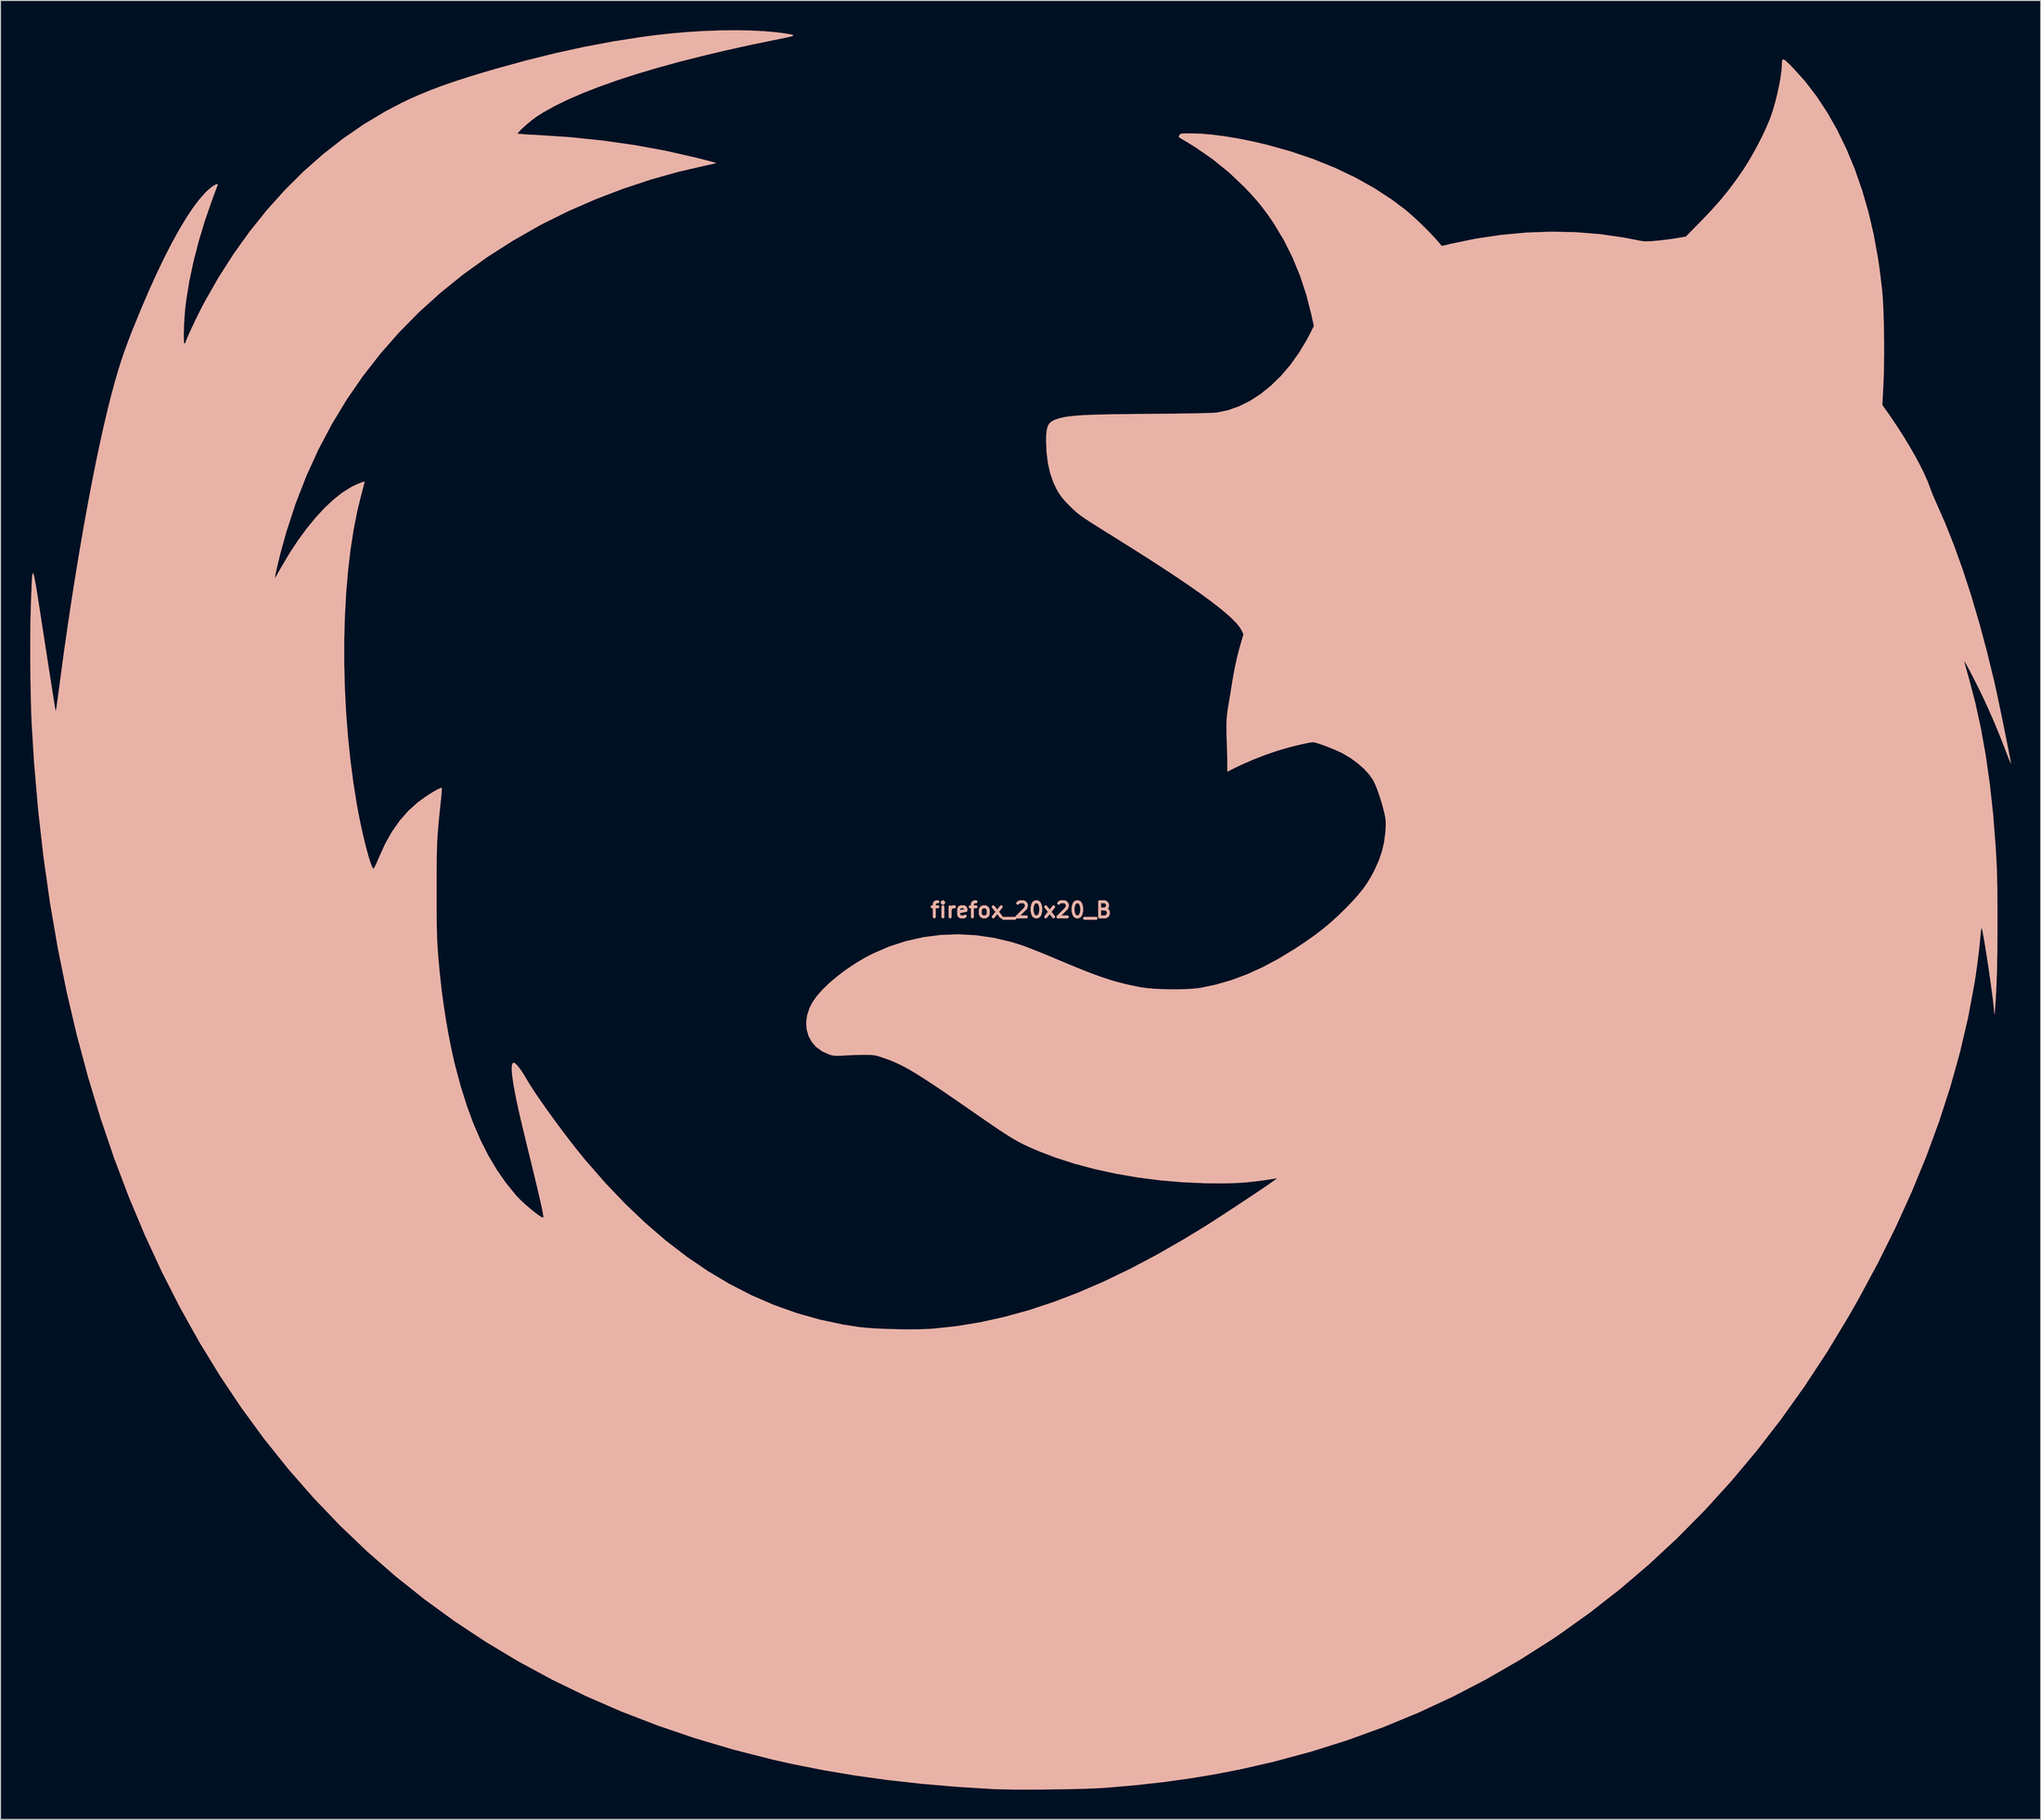
<source format=kicad_pcb>
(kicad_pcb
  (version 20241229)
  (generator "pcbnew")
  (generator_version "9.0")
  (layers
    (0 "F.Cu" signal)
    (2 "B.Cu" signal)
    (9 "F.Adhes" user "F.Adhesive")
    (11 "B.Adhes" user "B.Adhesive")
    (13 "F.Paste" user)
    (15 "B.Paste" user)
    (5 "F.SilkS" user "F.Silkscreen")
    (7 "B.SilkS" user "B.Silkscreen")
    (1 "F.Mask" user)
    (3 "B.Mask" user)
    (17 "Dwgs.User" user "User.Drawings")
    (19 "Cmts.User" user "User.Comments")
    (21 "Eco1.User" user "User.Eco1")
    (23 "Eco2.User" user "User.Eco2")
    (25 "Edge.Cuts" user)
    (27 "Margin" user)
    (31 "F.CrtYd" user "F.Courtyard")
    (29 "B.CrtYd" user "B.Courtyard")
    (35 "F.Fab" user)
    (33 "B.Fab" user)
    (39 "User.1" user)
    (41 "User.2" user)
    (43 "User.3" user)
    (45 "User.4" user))
  (footprint "firefox_20x20_B"
    (layer "F.Cu")
    (at 99.978 88.814)
    (property "Reference" "firefox_20x20_B" (at 0 0 0) (layer "B.SilkS") (effects (font (size 1.524 1.524) (thickness 0.3))))
    (attr through_hole)
    (fp_poly (pts (xy -27.206 -88.78) (xy -25.817 -88.706) (xy -24.556 -88.588) (xy -23.978 -88.512) (xy -23.515 -88.442) (xy -23.19 -88.383) (xy -23.008 -88.33) (xy -22.973 -88.276) (xy -23.088 -88.215) (xy -23.358 -88.142) (xy -23.786 -88.049) (xy -24.35 -87.935) (xy -27.082 -87.375) (xy -29.693 -86.799) (xy -32.178 -86.21) (xy -34.533 -85.609) (xy -36.754 -84.997) (xy -38.838 -84.375) (xy -40.779 -83.745) (xy -42.575 -83.107) (xy -44.22 -82.464) (xy -45.71 -81.817) (xy -47.042 -81.167) (xy -48.211 -80.514) (xy -48.844 -80.116) (xy -49.122 -79.917) (xy -49.44 -79.67) (xy -49.772 -79.395) (xy -50.094 -79.115) (xy -50.382 -78.85) (xy -50.612 -78.624) (xy -50.759 -78.457) (xy -50.798 -78.372) (xy -50.796 -78.37) (xy -50.704 -78.355) (xy -50.468 -78.334) (xy -50.111 -78.308) (xy -49.658 -78.28) (xy -49.134 -78.251) (xy -48.853 -78.237) (xy -45.439 -78.009) (xy -42.139 -77.667) (xy -38.939 -77.21) (xy -35.824 -76.637) (xy -32.78 -75.943) (xy -32.433 -75.856) (xy -31.931 -75.727) (xy -31.489 -75.611) (xy -31.13 -75.515) (xy -30.881 -75.446) (xy -30.766 -75.411) (xy -30.761 -75.409) (xy -30.829 -75.383) (xy -31.034 -75.331) (xy -31.346 -75.26) (xy -31.736 -75.176) (xy -31.856 -75.152) (xy -34.619 -74.511) (xy -37.405 -73.724) (xy -40.181 -72.801) (xy -42.915 -71.755) (xy -45.574 -70.598) (xy -48.126 -69.341) (xy -48.602 -69.088) (xy -51.289 -67.557) (xy -53.846 -65.918) (xy -56.274 -64.172) (xy -58.57 -62.32) (xy -60.734 -60.363) (xy -62.765 -58.303) (xy -64.663 -56.14) (xy -66.425 -53.876) (xy -68.052 -51.513) (xy -69.541 -49.051) (xy -70.893 -46.492) (xy -72.106 -43.836) (xy -73.179 -41.086) (xy -74.111 -38.241) (xy -74.669 -36.237) (xy -74.837 -35.577) (xy -74.983 -34.98) (xy -75.105 -34.463) (xy -75.197 -34.042) (xy -75.257 -33.733) (xy -75.281 -33.554) (xy -75.266 -33.519) (xy -75.259 -33.528) (xy -75.191 -33.645) (xy -75.056 -33.879) (xy -74.873 -34.2) (xy -74.659 -34.577) (xy -74.582 -34.713) (xy -73.768 -36.08) (xy -72.92 -37.362) (xy -72.047 -38.547) (xy -71.161 -39.627) (xy -70.27 -40.588) (xy -69.385 -41.42) (xy -68.514 -42.112) (xy -67.669 -42.653) (xy -67.441 -42.774) (xy -67.112 -42.932) (xy -66.79 -43.073) (xy -66.512 -43.18) (xy -66.316 -43.24) (xy -66.243 -43.242) (xy -66.256 -43.156) (xy -66.307 -42.936) (xy -66.389 -42.611) (xy -66.495 -42.21) (xy -66.554 -41.996) (xy -66.985 -40.238) (xy -67.355 -38.338) (xy -67.665 -36.313) (xy -67.913 -34.178) (xy -68.1 -31.951) (xy -68.226 -29.648) (xy -68.289 -27.285) (xy -68.29 -24.878) (xy -68.229 -22.443) (xy -68.106 -19.998) (xy -67.919 -17.558) (xy -67.67 -15.14) (xy -67.357 -12.76) (xy -67.007 -10.583) (xy -66.861 -9.791) (xy -66.701 -8.991) (xy -66.532 -8.198) (xy -66.357 -7.431) (xy -66.182 -6.705) (xy -66.01 -6.039) (xy -65.846 -5.448) (xy -65.695 -4.949) (xy -65.56 -4.56) (xy -65.447 -4.297) (xy -65.359 -4.177) (xy -65.333 -4.172) (xy -65.267 -4.258) (xy -65.154 -4.473) (xy -65.008 -4.785) (xy -64.845 -5.164) (xy -64.804 -5.265) (xy -64.17 -6.664) (xy -63.467 -7.915) (xy -62.687 -9.025) (xy -61.824 -10.006) (xy -60.872 -10.864) (xy -60.095 -11.433) (xy -59.648 -11.723) (xy -59.24 -11.971) (xy -58.894 -12.164) (xy -58.631 -12.291) (xy -58.475 -12.338) (xy -58.447 -12.331) (xy -58.442 -12.238) (xy -58.455 -12.003) (xy -58.483 -11.653) (xy -58.524 -11.214) (xy -58.575 -10.712) (xy -58.582 -10.654) (xy -58.664 -9.874) (xy -58.735 -9.183) (xy -58.793 -8.556) (xy -58.841 -7.97) (xy -58.88 -7.402) (xy -58.91 -6.829) (xy -58.933 -6.227) (xy -58.949 -5.574) (xy -58.96 -4.846) (xy -58.966 -4.019) (xy -58.969 -3.071) (xy -58.97 -1.979) (xy -58.97 -1.905) (xy -58.969 -0.813) (xy -58.966 0.132) (xy -58.96 0.956) (xy -58.95 1.681) (xy -58.935 2.332) (xy -58.914 2.931) (xy -58.886 3.503) (xy -58.85 4.07) (xy -58.805 4.658) (xy -58.751 5.288) (xy -58.686 5.986) (xy -58.626 6.604) (xy -58.462 8.077) (xy -58.255 9.609) (xy -58.015 11.158) (xy -57.746 12.679) (xy -57.458 14.127) (xy -57.158 15.459) (xy -57.097 15.706) (xy -56.532 17.809) (xy -55.919 19.759) (xy -55.254 21.563) (xy -54.534 23.231) (xy -53.754 24.773) (xy -52.908 26.198) (xy -51.994 27.516) (xy -51.005 28.735) (xy -50.937 28.813) (xy -50.652 29.115) (xy -50.312 29.446) (xy -49.939 29.786) (xy -49.553 30.119) (xy -49.177 30.427) (xy -48.833 30.691) (xy -48.543 30.895) (xy -48.328 31.02) (xy -48.21 31.048) (xy -48.202 31.043) (xy -48.192 30.969) (xy -48.211 30.791) (xy -48.26 30.502) (xy -48.342 30.096) (xy -48.457 29.565) (xy -48.608 28.903) (xy -48.795 28.103) (xy -49.02 27.159) (xy -49.285 26.062) (xy -49.527 25.071) (xy -49.819 23.874) (xy -50.072 22.826) (xy -50.292 21.911) (xy -50.48 21.113) (xy -50.641 20.416) (xy -50.778 19.805) (xy -50.894 19.264) (xy -50.994 18.777) (xy -51.08 18.329) (xy -51.156 17.904) (xy -51.22 17.526) (xy -51.325 16.807) (xy -51.381 16.244) (xy -51.387 15.83) (xy -51.342 15.56) (xy -51.248 15.427) (xy -51.179 15.409) (xy -51.038 15.48) (xy -50.838 15.675) (xy -50.597 15.971) (xy -50.335 16.341) (xy -50.072 16.763) (xy -49.991 16.904) (xy -49.674 17.439) (xy -49.263 18.083) (xy -48.773 18.817) (xy -48.219 19.619) (xy -47.615 20.47) (xy -46.977 21.348) (xy -46.32 22.233) (xy -45.658 23.106) (xy -45.006 23.944) (xy -44.378 24.729) (xy -43.95 25.248) (xy -41.964 27.527) (xy -39.95 29.639) (xy -37.908 31.586) (xy -35.835 33.369) (xy -33.73 34.988) (xy -31.59 36.446) (xy -29.415 37.742) (xy -27.203 38.878) (xy -24.951 39.856) (xy -22.659 40.675) (xy -20.324 41.337) (xy -17.944 41.844) (xy -16.395 42.087) (xy -15.783 42.155) (xy -15.037 42.212) (xy -14.192 42.259) (xy -13.283 42.294) (xy -12.345 42.317) (xy -11.413 42.326) (xy -10.522 42.322) (xy -9.706 42.303) (xy -9.001 42.268) (xy -8.838 42.256) (xy -6.469 42.001) (xy -4.076 41.607) (xy -1.656 41.071) (xy 0.797 40.393) (xy 3.287 39.57) (xy 5.818 38.601) (xy 8.395 37.484) (xy 11.022 36.217) (xy 13.703 34.8) (xy 16.443 33.229) (xy 18.493 31.979) (xy 18.953 31.688) (xy 19.5 31.338) (xy 20.116 30.939) (xy 20.779 30.507) (xy 21.47 30.053) (xy 22.169 29.593) (xy 22.855 29.138) (xy 23.508 28.703) (xy 24.108 28.3) (xy 24.635 27.944) (xy 25.068 27.647) (xy 25.388 27.422) (xy 25.485 27.352) (xy 25.866 27.071) (xy 25.527 27.125) (xy 24.514 27.279) (xy 23.597 27.398) (xy 22.732 27.487) (xy 21.879 27.547) (xy 20.997 27.581) (xy 20.042 27.592) (xy 18.975 27.582) (xy 18.584 27.575) (xy 16.305 27.477) (xy 14.034 27.282) (xy 11.791 26.993) (xy 9.594 26.615) (xy 7.465 26.151) (xy 5.421 25.606) (xy 3.482 24.983) (xy 1.668 24.287) (xy 0.665 23.844) (xy 0.303 23.671) (xy -0.047 23.495) (xy -0.4 23.305) (xy -0.771 23.092) (xy -1.177 22.845) (xy -1.633 22.554) (xy -2.156 22.21) (xy -2.761 21.803) (xy -3.464 21.322) (xy -4.28 20.758) (xy -4.743 20.437) (xy -5.914 19.625) (xy -6.958 18.905) (xy -7.888 18.27) (xy -8.714 17.714) (xy -9.449 17.229) (xy -10.102 16.809) (xy -10.687 16.446) (xy -11.213 16.135) (xy -11.693 15.867) (xy -12.137 15.637) (xy -12.558 15.437) (xy -12.966 15.26) (xy -13.372 15.1) (xy -13.789 14.95) (xy -13.873 14.921) (xy -14.257 14.793) (xy -14.557 14.706) (xy -14.826 14.653) (xy -15.117 14.626) (xy -15.481 14.616) (xy -15.875 14.616) (xy -16.408 14.624) (xy -16.992 14.64) (xy -17.547 14.664) (xy -17.907 14.685) (xy -18.339 14.711) (xy -18.653 14.716) (xy -18.9 14.695) (xy -19.132 14.645) (xy -19.382 14.566) (xy -20.078 14.251) (xy -20.656 13.826) (xy -21.108 13.309) (xy -21.432 12.715) (xy -21.621 12.06) (xy -21.671 11.36) (xy -21.576 10.63) (xy -21.333 9.887) (xy -21.024 9.29) (xy -20.59 8.676) (xy -20.017 8.027) (xy -19.326 7.36) (xy -18.538 6.691) (xy -17.676 6.039) (xy -16.76 5.421) (xy -15.812 4.853) (xy -14.944 4.398) (xy -13.297 3.687) (xy -11.604 3.137) (xy -9.872 2.747) (xy -8.112 2.518) (xy -6.332 2.451) (xy -4.543 2.546) (xy -2.754 2.804) (xy -0.974 3.225) (xy -0.024 3.519) (xy 0.356 3.654) (xy 0.858 3.844) (xy 1.448 4.074) (xy 2.093 4.333) (xy 2.759 4.606) (xy 3.405 4.877) (xy 4.588 5.376) (xy 5.639 5.809) (xy 6.575 6.184) (xy 7.418 6.505) (xy 8.187 6.781) (xy 8.902 7.017) (xy 9.582 7.22) (xy 10.248 7.398) (xy 10.919 7.556) (xy 11.615 7.701) (xy 12.15 7.802) (xy 12.709 7.881) (xy 13.394 7.942) (xy 14.164 7.982) (xy 14.981 8.003) (xy 15.805 8.004) (xy 16.597 7.984) (xy 17.317 7.944) (xy 17.927 7.883) (xy 18.161 7.847) (xy 19.723 7.516) (xy 21.271 7.064) (xy 22.819 6.486) (xy 24.383 5.776) (xy 25.976 4.927) (xy 27.613 3.933) (xy 28.66 3.239) (xy 29.597 2.578) (xy 30.43 1.946) (xy 31.207 1.301) (xy 31.976 0.603) (xy 32.725 -0.126) (xy 33.434 -0.856) (xy 34.028 -1.516) (xy 34.528 -2.138) (xy 34.958 -2.749) (xy 35.34 -3.381) (xy 35.676 -4.022) (xy 36.118 -5.003) (xy 36.439 -5.933) (xy 36.654 -6.863) (xy 36.778 -7.845) (xy 36.802 -8.213) (xy 36.819 -8.648) (xy 36.811 -8.998) (xy 36.772 -9.33) (xy 36.696 -9.711) (xy 36.62 -10.026) (xy 36.429 -10.739) (xy 36.215 -11.436) (xy 35.992 -12.08) (xy 35.772 -12.634) (xy 35.567 -13.064) (xy 35.539 -13.115) (xy 35.147 -13.682) (xy 34.619 -14.258) (xy 33.985 -14.818) (xy 33.277 -15.336) (xy 32.523 -15.785) (xy 32.357 -15.871) (xy 31.977 -16.05) (xy 31.537 -16.24) (xy 31.069 -16.43) (xy 30.605 -16.607) (xy 30.179 -16.758) (xy 29.823 -16.871) (xy 29.571 -16.935) (xy 29.487 -16.944) (xy 29.227 -16.917) (xy 28.837 -16.846) (xy 28.348 -16.741) (xy 27.791 -16.609) (xy 27.198 -16.457) (xy 26.6 -16.293) (xy 26.029 -16.124) (xy 25.648 -16.004) (xy 24.561 -15.623) (xy 23.459 -15.193) (xy 22.405 -14.739) (xy 21.576 -14.344) (xy 20.828 -13.968) (xy 20.826 -14.795) (xy 20.822 -15.197) (xy 20.812 -15.707) (xy 20.798 -16.264) (xy 20.78 -16.807) (xy 20.777 -16.891) (xy 20.751 -17.666) (xy 20.74 -18.306) (xy 20.743 -18.844) (xy 20.764 -19.314) (xy 20.802 -19.75) (xy 20.859 -20.185) (xy 20.918 -20.547) (xy 20.999 -21.021) (xy 21.094 -21.593) (xy 21.193 -22.196) (xy 21.284 -22.76) (xy 21.293 -22.818) (xy 21.453 -23.775) (xy 21.615 -24.621) (xy 21.791 -25.414) (xy 21.994 -26.211) (xy 22.15 -26.771) (xy 22.457 -27.845) (xy 22.264 -28.243) (xy 22.049 -28.593) (xy 21.714 -28.999) (xy 21.258 -29.461) (xy 20.678 -29.982) (xy 19.97 -30.564) (xy 19.132 -31.209) (xy 18.163 -31.919) (xy 17.058 -32.695) (xy 15.816 -33.54) (xy 14.434 -34.456) (xy 12.909 -35.443) (xy 11.239 -36.505) (xy 9.572 -37.55) (xy 8.746 -38.064) (xy 8.05 -38.499) (xy 7.469 -38.866) (xy 6.987 -39.174) (xy 6.59 -39.433) (xy 6.264 -39.654) (xy 5.994 -39.847) (xy 5.766 -40.023) (xy 5.563 -40.19) (xy 5.373 -40.36) (xy 5.18 -40.543) (xy 4.993 -40.725) (xy 4.504 -41.225) (xy 4.12 -41.672) (xy 3.81 -42.114) (xy 3.54 -42.595) (xy 3.279 -43.162) (xy 3.278 -43.162) (xy 2.956 -44.08) (xy 2.723 -45.116) (xy 2.583 -46.238) (xy 2.542 -47.326) (xy 2.557 -47.96) (xy 2.607 -48.449) (xy 2.702 -48.82) (xy 2.853 -49.097) (xy 3.07 -49.303) (xy 3.365 -49.463) (xy 3.506 -49.519) (xy 3.762 -49.606) (xy 4.041 -49.683) (xy 4.354 -49.751) (xy 4.712 -49.811) (xy 5.127 -49.863) (xy 5.61 -49.907) (xy 6.173 -49.946) (xy 6.826 -49.978) (xy 7.582 -50.005) (xy 8.451 -50.028) (xy 9.445 -50.046) (xy 10.576 -50.062) (xy 11.854 -50.075) (xy 13.166 -50.086) (xy 14.25 -50.095) (xy 15.277 -50.106) (xy 16.234 -50.118) (xy 17.107 -50.132) (xy 17.883 -50.147) (xy 18.546 -50.163) (xy 19.085 -50.18) (xy 19.485 -50.196) (xy 19.732 -50.213) (xy 19.768 -50.217) (xy 20.895 -50.45) (xy 22.012 -50.845) (xy 23.112 -51.392) (xy 24.183 -52.086) (xy 25.217 -52.917) (xy 26.205 -53.878) (xy 27.137 -54.961) (xy 28.004 -56.158) (xy 28.796 -57.461) (xy 29.207 -58.241) (xy 29.562 -58.952) (xy 29.302 -60.146) (xy 28.795 -62.132) (xy 28.156 -64.061) (xy 27.391 -65.913) (xy 26.511 -67.668) (xy 25.522 -69.308) (xy 25.472 -69.384) (xy 24.932 -70.17) (xy 24.415 -70.87) (xy 23.882 -71.529) (xy 23.296 -72.195) (xy 22.619 -72.912) (xy 22.525 -73.009) (xy 20.993 -74.464) (xy 19.34 -75.804) (xy 17.577 -77.021) (xy 16.933 -77.418) (xy 16.573 -77.634) (xy 16.269 -77.817) (xy 16.048 -77.951) (xy 15.938 -78.019) (xy 15.932 -78.024) (xy 15.944 -78.107) (xy 15.998 -78.225) (xy 16.05 -78.3) (xy 16.131 -78.35) (xy 16.273 -78.38) (xy 16.505 -78.395) (xy 16.859 -78.401) (xy 17.109 -78.401) (xy 18.173 -78.366) (xy 19.364 -78.261) (xy 20.657 -78.092) (xy 22.027 -77.861) (xy 23.448 -77.573) (xy 24.805 -77.254) (xy 27.211 -76.583) (xy 29.505 -75.807) (xy 31.684 -74.926) (xy 33.74 -73.945) (xy 35.669 -72.866) (xy 37.465 -71.691) (xy 38.776 -70.704) (xy 39.234 -70.319) (xy 39.765 -69.841) (xy 40.331 -69.308) (xy 40.895 -68.755) (xy 41.419 -68.219) (xy 41.866 -67.737) (xy 42.008 -67.574) (xy 42.472 -67.034) (xy 43.397 -67.253) (xy 45.913 -67.772) (xy 48.446 -68.15) (xy 50.981 -68.384) (xy 53.503 -68.475) (xy 55.994 -68.423) (xy 58.438 -68.227) (xy 60.819 -67.886) (xy 62.103 -67.636) (xy 62.466 -67.562) (xy 62.759 -67.516) (xy 63.033 -67.496) (xy 63.339 -67.499) (xy 63.726 -67.525) (xy 64.075 -67.554) (xy 64.613 -67.608) (xy 65.201 -67.679) (xy 65.762 -67.756) (xy 66.15 -67.817) (xy 67.098 -67.979) (xy 68.623 -69.529) (xy 69.669 -70.624) (xy 70.601 -71.676) (xy 71.455 -72.724) (xy 72.262 -73.81) (xy 72.908 -74.749) (xy 73.394 -75.517) (xy 73.892 -76.371) (xy 74.38 -77.271) (xy 74.837 -78.174) (xy 75.241 -79.04) (xy 75.571 -79.826) (xy 75.657 -80.052) (xy 75.887 -80.736) (xy 76.107 -81.495) (xy 76.31 -82.294) (xy 76.487 -83.095) (xy 76.631 -83.863) (xy 76.734 -84.561) (xy 76.788 -85.152) (xy 76.794 -85.368) (xy 76.803 -85.635) (xy 76.838 -85.801) (xy 76.916 -85.863) (xy 77.05 -85.815) (xy 77.256 -85.653) (xy 77.551 -85.374) (xy 77.834 -85.09) (xy 79.092 -83.702) (xy 80.273 -82.169) (xy 81.373 -80.502) (xy 82.389 -78.707) (xy 83.316 -76.795) (xy 84.152 -74.772) (xy 84.891 -72.649) (xy 85.53 -70.434) (xy 86.066 -68.134) (xy 86.494 -65.76) (xy 86.569 -65.261) (xy 86.654 -64.647) (xy 86.742 -63.963) (xy 86.825 -63.28) (xy 86.895 -62.668) (xy 86.914 -62.484) (xy 86.967 -61.852) (xy 87.011 -61.079) (xy 87.048 -60.195) (xy 87.077 -59.228) (xy 87.096 -58.209) (xy 87.106 -57.165) (xy 87.107 -56.125) (xy 87.098 -55.119) (xy 87.078 -54.175) (xy 87.048 -53.323) (xy 87.038 -53.116) (xy 86.93 -50.986) (xy 87.692 -49.898) (xy 88.365 -48.908) (xy 89.015 -47.897) (xy 89.629 -46.888) (xy 90.196 -45.903) (xy 90.702 -44.962) (xy 91.136 -44.089) (xy 91.485 -43.305) (xy 91.725 -42.672) (xy 91.857 -42.311) (xy 92.035 -41.868) (xy 92.229 -41.415) (xy 92.329 -41.195) (xy 93.272 -39.05) (xy 94.186 -36.743) (xy 95.067 -34.283) (xy 95.914 -31.675) (xy 96.724 -28.926) (xy 97.496 -26.043) (xy 98.228 -23.032) (xy 98.258 -22.902) (xy 98.348 -22.499) (xy 98.459 -21.99) (xy 98.586 -21.396) (xy 98.725 -20.737) (xy 98.872 -20.031) (xy 99.023 -19.3) (xy 99.174 -18.562) (xy 99.321 -17.838) (xy 99.46 -17.146) (xy 99.587 -16.508) (xy 99.699 -15.941) (xy 99.79 -15.467) (xy 99.857 -15.105) (xy 99.896 -14.874) (xy 99.905 -14.799) (xy 99.876 -14.84) (xy 99.797 -15.017) (xy 99.677 -15.309) (xy 99.525 -15.693) (xy 99.35 -16.149) (xy 99.326 -16.214) (xy 98.785 -17.603) (xy 98.236 -18.932) (xy 97.647 -20.274) (xy 97.191 -21.268) (xy 96.987 -21.697) (xy 96.755 -22.175) (xy 96.504 -22.68) (xy 96.247 -23.19) (xy 95.994 -23.683) (xy 95.758 -24.137) (xy 95.549 -24.53) (xy 95.379 -24.84) (xy 95.259 -25.045) (xy 95.201 -25.123) (xy 95.199 -25.123) (xy 95.213 -25.037) (xy 95.268 -24.815) (xy 95.357 -24.479) (xy 95.474 -24.056) (xy 95.612 -23.571) (xy 95.634 -23.492) (xy 96.292 -20.997) (xy 96.867 -18.374) (xy 97.361 -15.621) (xy 97.773 -12.732) (xy 98.104 -9.704) (xy 98.355 -6.533) (xy 98.467 -4.581) (xy 98.491 -3.966) (xy 98.511 -3.207) (xy 98.527 -2.33) (xy 98.538 -1.36) (xy 98.546 -0.323) (xy 98.549 0.756) (xy 98.548 1.851) (xy 98.543 2.937) (xy 98.533 3.988) (xy 98.52 4.978) (xy 98.502 5.883) (xy 98.481 6.677) (xy 98.461 7.185) (xy 98.43 7.871) (xy 98.397 8.511) (xy 98.364 9.089) (xy 98.332 9.589) (xy 98.302 9.996) (xy 98.275 10.295) (xy 98.252 10.47) (xy 98.235 10.506) (xy 98.225 10.395) (xy 98.205 10.109) (xy 98.165 9.703) (xy 98.106 9.195) (xy 98.032 8.603) (xy 97.945 7.947) (xy 97.848 7.245) (xy 97.745 6.516) (xy 97.637 5.778) (xy 97.527 5.051) (xy 97.419 4.354) (xy 97.315 3.704) (xy 97.218 3.12) (xy 97.131 2.622) (xy 97.056 2.228) (xy 96.996 1.957) (xy 96.955 1.828) (xy 96.944 1.82) (xy 96.912 1.915) (xy 96.875 2.14) (xy 96.84 2.455) (xy 96.824 2.643) (xy 96.768 3.269) (xy 96.688 4.018) (xy 96.588 4.846) (xy 96.475 5.71) (xy 96.354 6.564) (xy 96.23 7.367) (xy 96.216 7.451) (xy 95.573 10.885) (xy 94.764 14.348) (xy 93.79 17.84) (xy 92.652 21.357) (xy 91.351 24.898) (xy 89.886 28.461) (xy 88.26 32.044) (xy 86.473 35.644) (xy 84.525 39.261) (xy 83.519 41.027) (xy 81.349 44.617) (xy 79.076 48.078) (xy 76.702 51.409) (xy 74.229 54.608) (xy 71.658 57.674) (xy 68.99 60.605) (xy 66.228 63.399) (xy 63.372 66.055) (xy 60.424 68.57) (xy 57.385 70.945) (xy 54.258 73.176) (xy 53.552 73.651) (xy 50.292 75.724) (xy 46.962 77.645) (xy 43.56 79.413) (xy 40.085 81.029) (xy 36.536 82.494) (xy 32.91 83.809) (xy 29.206 84.974) (xy 25.423 85.99) (xy 22.14 86.738) (xy 19.615 87.23) (xy 17.055 87.656) (xy 14.429 88.019) (xy 11.707 88.324) (xy 8.859 88.574) (xy 8.382 88.609) (xy 7.808 88.644) (xy 7.091 88.675) (xy 6.256 88.703) (xy 5.33 88.727) (xy 4.339 88.747) (xy 3.308 88.763) (xy 2.263 88.774) (xy 1.23 88.78) (xy 0.236 88.781) (xy -0.694 88.777) (xy -1.534 88.766) (xy -2.257 88.75) (xy -2.836 88.728) (xy -6.5 88.501) (xy -10.026 88.198) (xy -13.431 87.819) (xy -16.731 87.361) (xy -19.942 86.821) (xy -23.079 86.197) (xy -25.061 85.752) (xy -29.027 84.742) (xy -32.894 83.595) (xy -36.661 82.313) (xy -40.328 80.896) (xy -43.895 79.344) (xy -47.36 77.657) (xy -50.723 75.836) (xy -53.983 73.882) (xy -57.14 71.794) (xy -60.193 69.573) (xy -63.142 67.219) (xy -65.986 64.733) (xy -68.724 62.115) (xy -71.356 59.366) (xy -73.881 56.485) (xy -73.994 56.35) (xy -76.385 53.359) (xy -78.666 50.241) (xy -80.837 46.997) (xy -82.897 43.632) (xy -84.845 40.146) (xy -86.681 36.544) (xy -88.402 32.826) (xy -90.01 28.997) (xy -91.502 25.059) (xy -92.877 21.013) (xy -94.135 16.864) (xy -95.275 12.613) (xy -96.297 8.262) (xy -97.198 3.816) (xy -97.978 -0.724) (xy -98.637 -5.356) (xy -99.173 -10.075) (xy -99.586 -14.881) (xy -99.822 -18.711) (xy -99.863 -19.635) (xy -99.898 -20.689) (xy -99.926 -21.842) (xy -99.948 -23.064) (xy -99.964 -24.325) (xy -99.972 -25.593) (xy -99.973 -26.839) (xy -99.967 -28.032) (xy -99.954 -29.14) (xy -99.932 -30.134) (xy -99.91 -30.819) (xy -99.881 -31.564) (xy -99.857 -32.219) (xy -99.834 -32.78) (xy -99.812 -33.241) (xy -99.788 -33.598) (xy -99.761 -33.846) (xy -99.728 -33.981) (xy -99.687 -33.998) (xy -99.638 -33.891) (xy -99.576 -33.657) (xy -99.502 -33.29) (xy -99.412 -32.786) (xy -99.305 -32.14) (xy -99.179 -31.348) (xy -99.033 -30.404) (xy -98.863 -29.304) (xy -98.668 -28.043) (xy -98.6 -27.601) (xy -98.433 -26.523) (xy -98.272 -25.488) (xy -98.12 -24.51) (xy -97.978 -23.603) (xy -97.848 -22.777) (xy -97.734 -22.047) (xy -97.635 -21.425) (xy -97.555 -20.924) (xy -97.496 -20.557) (xy -97.459 -20.336) (xy -97.449 -20.278) (xy -97.434 -20.205) (xy -97.421 -20.149) (xy -97.407 -20.124) (xy -97.392 -20.143) (xy -97.372 -20.219) (xy -97.345 -20.365) (xy -97.309 -20.596) (xy -97.263 -20.925) (xy -97.202 -21.365) (xy -97.127 -21.93) (xy -97.033 -22.634) (xy -96.92 -23.489) (xy -96.897 -23.664) (xy -96.548 -26.22) (xy -96.183 -28.768) (xy -95.803 -31.292) (xy -95.41 -33.779) (xy -95.008 -36.215) (xy -94.599 -38.584) (xy -94.186 -40.874) (xy -93.771 -43.068) (xy -93.356 -45.154) (xy -92.944 -47.117) (xy -92.538 -48.942) (xy -92.141 -50.615) (xy -92.067 -50.913) (xy -91.742 -52.182) (xy -91.435 -53.32) (xy -91.133 -54.363) (xy -90.827 -55.345) (xy -90.503 -56.304) (xy -90.152 -57.273) (xy -89.761 -58.29) (xy -89.558 -58.801) (xy -88.748 -60.775) (xy -87.951 -62.624) (xy -87.17 -64.342) (xy -86.407 -65.926) (xy -85.665 -67.372) (xy -84.946 -68.675) (xy -84.252 -69.832) (xy -83.585 -70.837) (xy -82.948 -71.688) (xy -82.342 -72.379) (xy -82.058 -72.658) (xy -81.771 -72.904) (xy -81.503 -73.098) (xy -81.279 -73.227) (xy -81.121 -73.28) (xy -81.055 -73.244) (xy -81.07 -73.172) (xy -81.118 -73.048) (xy -81.214 -72.793) (xy -81.347 -72.436) (xy -81.507 -72.004) (xy -81.673 -71.555) (xy -82.371 -69.531) (xy -82.985 -67.487) (xy -83.507 -65.456) (xy -83.927 -63.472) (xy -84.237 -61.569) (xy -84.286 -61.194) (xy -84.341 -60.692) (xy -84.389 -60.145) (xy -84.428 -59.577) (xy -84.458 -59.015) (xy -84.478 -58.485) (xy -84.486 -58.014) (xy -84.482 -57.627) (xy -84.465 -57.35) (xy -84.434 -57.21) (xy -84.426 -57.2) (xy -84.339 -57.198) (xy -84.328 -57.234) (xy -84.292 -57.364) (xy -84.19 -57.622) (xy -84.034 -57.983) (xy -83.835 -58.424) (xy -83.604 -58.922) (xy -83.352 -59.452) (xy -83.09 -59.992) (xy -82.829 -60.516) (xy -82.581 -61.003) (xy -82.403 -61.341) (xy -80.978 -63.842) (xy -79.451 -66.229) (xy -77.827 -68.495) (xy -76.111 -70.638) (xy -74.306 -72.652) (xy -72.417 -74.532) (xy -70.448 -76.275) (xy -68.405 -77.876) (xy -66.291 -79.33) (xy -64.111 -80.632) (xy -62.537 -81.458) (xy -61.582 -81.913) (xy -60.595 -82.348) (xy -59.556 -82.771) (xy -58.446 -83.188) (xy -57.244 -83.608) (xy -55.932 -84.035) (xy -54.49 -84.479) (xy -53.086 -84.891) (xy -49.97 -85.75) (xy -46.958 -86.498) (xy -44.027 -87.139) (xy -41.159 -87.679) (xy -38.331 -88.121) (xy -36.957 -88.304) (xy -35.279 -88.49) (xy -33.591 -88.634) (xy -31.917 -88.736) (xy -30.279 -88.794) (xy -28.702 -88.809) (xy -27.206 -88.78)) (stroke (width 0.01) (type solid)) (fill yes) (layer "B.SilkS")))
  (gr_rect
    (start -3 -3)
    (end 202.888 180.6)
    (stroke (width 0.1) (type default))
    (fill no)
    (layer "Edge.Cuts")))
</source>
